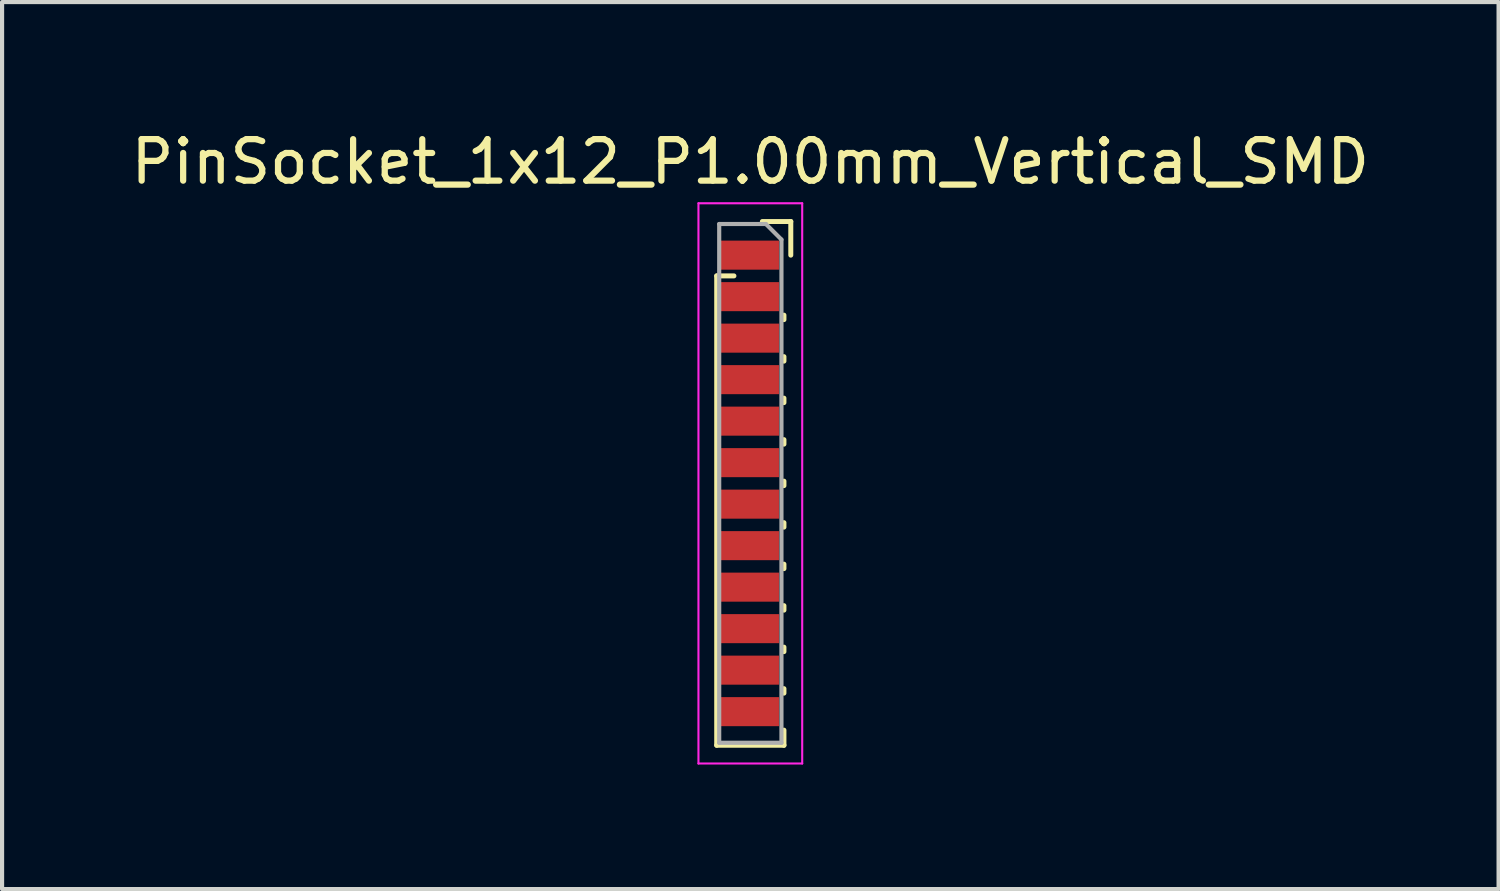
<source format=kicad_pcb>
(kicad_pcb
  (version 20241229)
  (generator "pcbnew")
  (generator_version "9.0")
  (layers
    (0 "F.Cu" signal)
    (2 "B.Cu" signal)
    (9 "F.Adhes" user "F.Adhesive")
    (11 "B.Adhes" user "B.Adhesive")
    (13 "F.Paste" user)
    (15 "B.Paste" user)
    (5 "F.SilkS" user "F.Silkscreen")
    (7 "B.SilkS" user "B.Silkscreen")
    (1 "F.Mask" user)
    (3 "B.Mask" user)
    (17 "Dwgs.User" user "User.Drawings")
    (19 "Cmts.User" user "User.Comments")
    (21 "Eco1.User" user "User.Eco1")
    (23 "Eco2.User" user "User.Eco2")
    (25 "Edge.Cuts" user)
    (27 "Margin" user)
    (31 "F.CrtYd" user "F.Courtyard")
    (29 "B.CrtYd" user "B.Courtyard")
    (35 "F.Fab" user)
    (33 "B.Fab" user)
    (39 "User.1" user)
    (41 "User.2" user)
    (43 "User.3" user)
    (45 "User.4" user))
  (footprint "PinSocket_1x12_P1.00mm_Vertical_SMD"
    (layer "F.Cu")
    (at 15.32 3.098)
    (property "Reference" "PinSocket_1x12_P1.00mm_Vertical_SMD" (at -0.29 -2.25 0) (layer "F.SilkS") (effects (font (size 1 1) (thickness 0.15))))
    (attr through_hole)
    (fp_line (start -1.1 0.5) (end -1.1 11.81) (stroke (width 0.12) (type solid)) (layer "F.SilkS"))
    (fp_line (start -1.1 0.5) (end -0.685 0.5) (stroke (width 0.12) (type solid)) (layer "F.SilkS"))
    (fp_line (start -1.1 11.81) (end 0.52 11.81) (stroke (width 0.12) (type solid)) (layer "F.SilkS"))
    (fp_line (start 0 -0.81) (end 0.685 -0.81) (stroke (width 0.12) (type solid)) (layer "F.SilkS"))
    (fp_line (start 0.52 1.446) (end 0.52 1.554) (stroke (width 0.12) (type solid)) (layer "F.SilkS"))
    (fp_line (start 0.52 2.446) (end 0.52 2.554) (stroke (width 0.12) (type solid)) (layer "F.SilkS"))
    (fp_line (start 0.52 3.446) (end 0.52 3.554) (stroke (width 0.12) (type solid)) (layer "F.SilkS"))
    (fp_line (start 0.52 4.446) (end 0.52 4.554) (stroke (width 0.12) (type solid)) (layer "F.SilkS"))
    (fp_line (start 0.52 5.446) (end 0.52 5.554) (stroke (width 0.12) (type solid)) (layer "F.SilkS"))
    (fp_line (start 0.52 6.446) (end 0.52 6.554) (stroke (width 0.12) (type solid)) (layer "F.SilkS"))
    (fp_line (start 0.52 7.446) (end 0.52 7.554) (stroke (width 0.12) (type solid)) (layer "F.SilkS"))
    (fp_line (start 0.52 8.446) (end 0.52 8.554) (stroke (width 0.12) (type solid)) (layer "F.SilkS"))
    (fp_line (start 0.52 9.446) (end 0.52 9.554) (stroke (width 0.12) (type solid)) (layer "F.SilkS"))
    (fp_line (start 0.52 10.446) (end 0.52 10.554) (stroke (width 0.12) (type solid)) (layer "F.SilkS"))
    (fp_line (start 0.52 11.446) (end 0.52 11.81) (stroke (width 0.12) (type solid)) (layer "F.SilkS"))
    (fp_line (start 0.685 -0.81) (end 0.685 0) (stroke (width 0.12) (type solid)) (layer "F.SilkS"))
    (fp_line (start -1.54 -1.25) (end 0.96 -1.25) (stroke (width 0.05) (type solid)) (layer "F.CrtYd"))
    (fp_line (start -1.54 12.25) (end -1.54 -1.25) (stroke (width 0.05) (type solid)) (layer "F.CrtYd"))
    (fp_line (start 0.96 -1.25) (end 0.96 12.25) (stroke (width 0.05) (type solid)) (layer "F.CrtYd"))
    (fp_line (start 0.96 12.25) (end -1.54 12.25) (stroke (width 0.05) (type solid)) (layer "F.CrtYd"))
    (fp_line (start -1.04 -0.75) (end 0.085 -0.75) (stroke (width 0.1) (type solid)) (layer "F.Fab"))
    (fp_line (start -1.04 11.75) (end -1.04 -0.75) (stroke (width 0.1) (type solid)) (layer "F.Fab"))
    (fp_line (start 0.085 -0.75) (end 0.46 -0.375) (stroke (width 0.1) (type solid)) (layer "F.Fab"))
    (fp_line (start 0.46 -0.375) (end 0.46 11.75) (stroke (width 0.1) (type solid)) (layer "F.Fab"))
    (fp_line (start 0.46 11.75) (end -1.04 11.75) (stroke (width 0.1) (type solid)) (layer "F.Fab"))
    (pad "1" smd rect (at -0.3 0) (size 1.4 0.7) (layers "F.Cu" "F.Mask" "F.Paste"))
    (pad "2" smd rect (at -0.3 1) (size 1.4 0.7) (layers "F.Cu" "F.Mask" "F.Paste"))
    (pad "3" smd rect (at -0.3 2) (size 1.4 0.7) (layers "F.Cu" "F.Mask" "F.Paste"))
    (pad "4" smd rect (at -0.3 3) (size 1.4 0.7) (layers "F.Cu" "F.Mask" "F.Paste"))
    (pad "5" smd rect (at -0.3 4) (size 1.4 0.7) (layers "F.Cu" "F.Mask" "F.Paste"))
    (pad "6" smd rect (at -0.3 5) (size 1.4 0.7) (layers "F.Cu" "F.Mask" "F.Paste"))
    (pad "7" smd rect (at -0.3 6) (size 1.4 0.7) (layers "F.Cu" "F.Mask" "F.Paste"))
    (pad "8" smd rect (at -0.3 7) (size 1.4 0.7) (layers "F.Cu" "F.Mask" "F.Paste"))
    (pad "9" smd rect (at -0.3 8) (size 1.4 0.7) (layers "F.Cu" "F.Mask" "F.Paste"))
    (pad "10" smd rect (at -0.3 9) (size 1.4 0.7) (layers "F.Cu" "F.Mask" "F.Paste"))
    (pad "11" smd rect (at -0.3 10) (size 1.4 0.7) (layers "F.Cu" "F.Mask" "F.Paste"))
    (pad "12" smd rect (at -0.3 11) (size 1.4 0.7) (layers "F.Cu" "F.Mask" "F.Paste")))
  (gr_rect
    (start -3 -3)
    (end 33.06 18.373)
    (stroke (width 0.1) (type default))
    (fill no)
    (layer "Edge.Cuts")))
</source>
